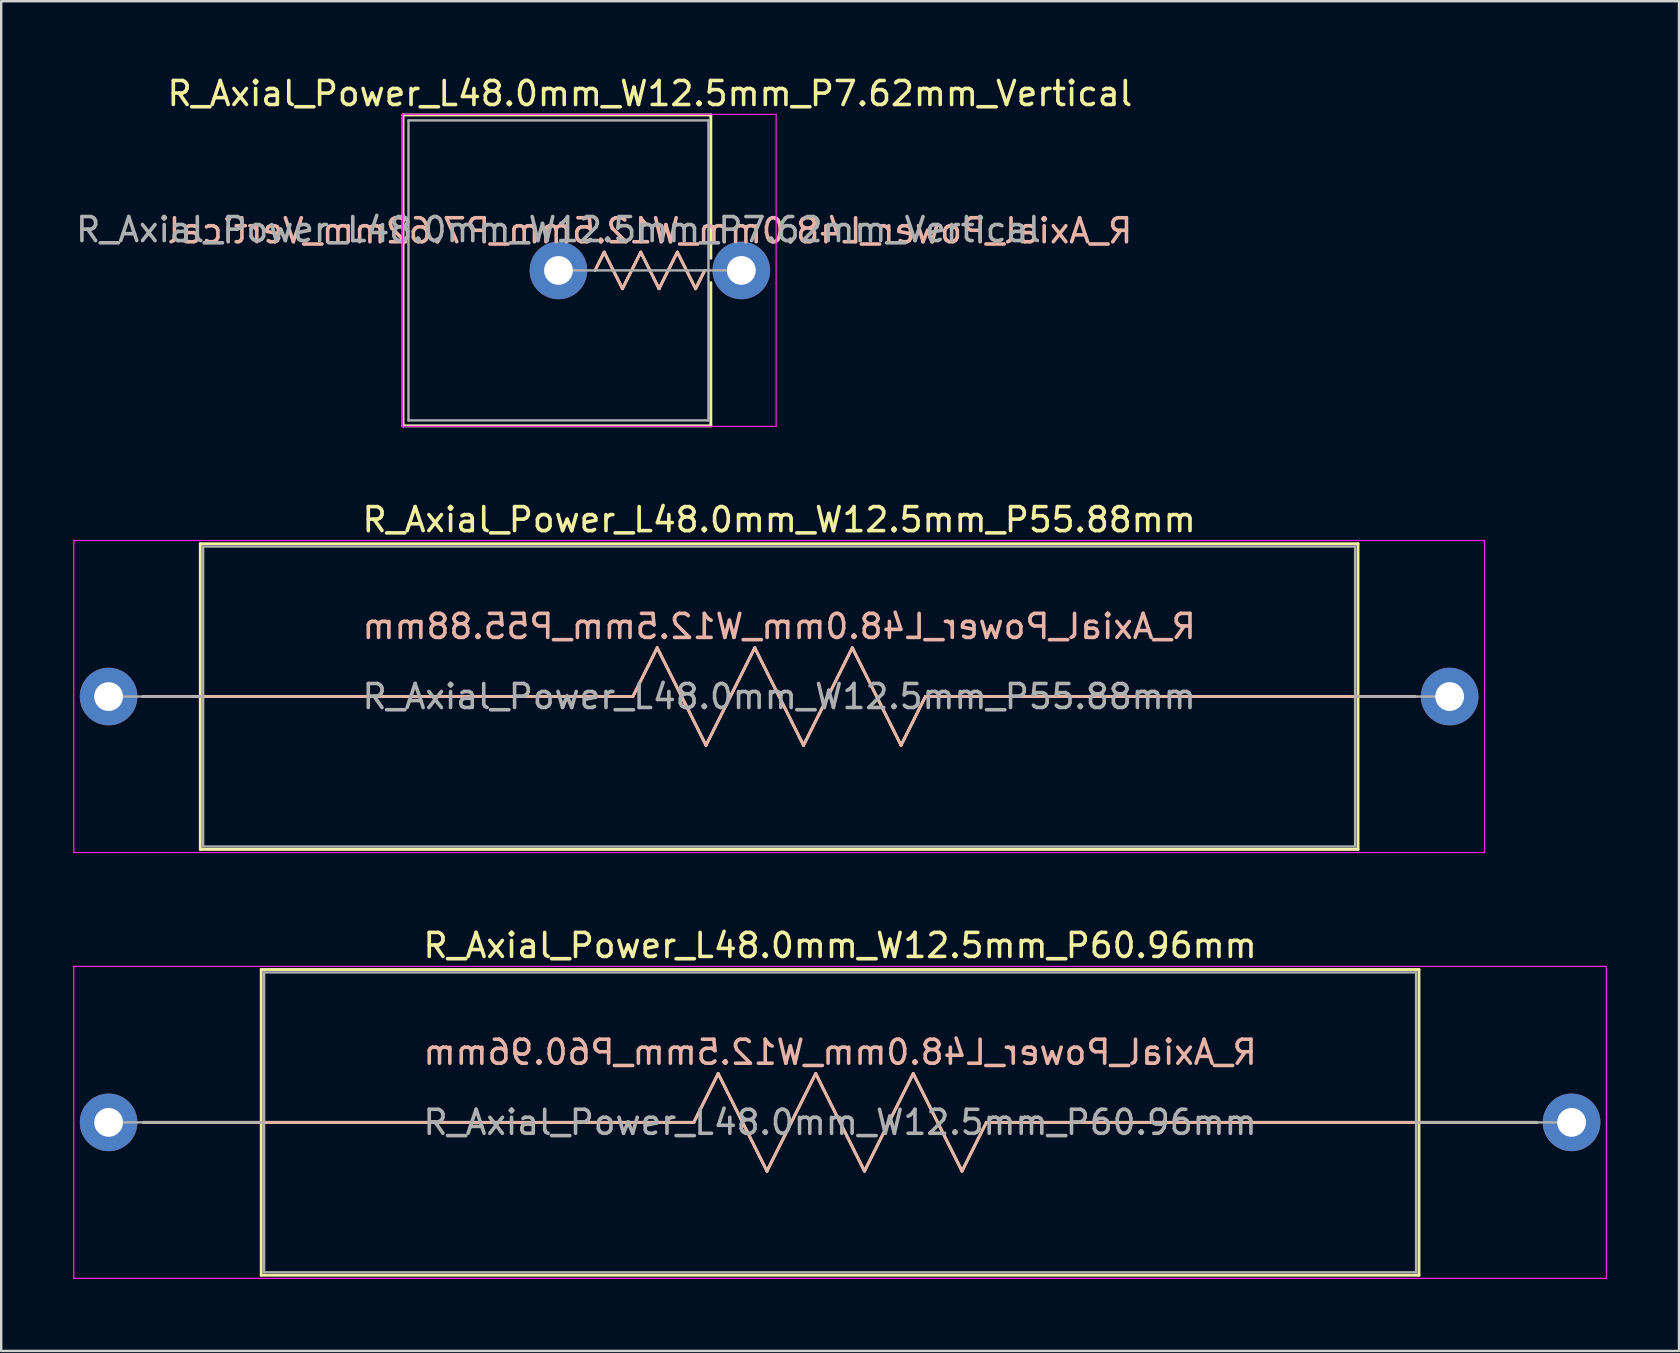
<source format=kicad_pcb>
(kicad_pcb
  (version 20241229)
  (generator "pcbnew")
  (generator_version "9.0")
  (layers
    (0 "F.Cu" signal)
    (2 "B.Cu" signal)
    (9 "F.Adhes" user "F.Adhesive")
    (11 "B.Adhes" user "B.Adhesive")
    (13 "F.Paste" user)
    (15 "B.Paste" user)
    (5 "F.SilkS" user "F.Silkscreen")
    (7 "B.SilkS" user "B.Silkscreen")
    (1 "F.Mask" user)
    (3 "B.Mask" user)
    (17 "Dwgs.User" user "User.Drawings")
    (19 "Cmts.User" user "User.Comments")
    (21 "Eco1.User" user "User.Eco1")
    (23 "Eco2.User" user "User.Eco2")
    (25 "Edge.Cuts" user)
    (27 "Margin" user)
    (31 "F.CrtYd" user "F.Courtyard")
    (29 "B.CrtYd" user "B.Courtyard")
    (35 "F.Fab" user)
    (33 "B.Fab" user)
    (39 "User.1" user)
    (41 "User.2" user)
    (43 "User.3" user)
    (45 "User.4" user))
  (footprint "R_Axial_Power_L48.0mm_W12.5mm_P55.88mm"
    (layer "F.Cu")
    (at 1.475 25.974)
    (property "Reference" "R_Axial_Power_L48.0mm_W12.5mm_P55.88mm" (at 27.94 -7.37 0) (layer "F.SilkS") (effects (font (size 1 1) (thickness 0.15))))
    (attr through_hole)
    (fp_line (start 1.44 0) (end 3.82 0) (stroke (width 0.12) (type solid)) (layer "F.SilkS"))
    (fp_line (start 3.82 -6.37) (end 3.82 6.37) (stroke (width 0.12) (type solid)) (layer "F.SilkS"))
    (fp_line (start 3.82 0) (end 21.844 0) (stroke (width 0.12) (type solid)) (layer "F.SilkS"))
    (fp_line (start 3.82 6.37) (end 52.06 6.37) (stroke (width 0.12) (type solid)) (layer "F.SilkS"))
    (fp_line (start 21.844 0) (end 22.86 -2.032) (stroke (width 0.12) (type solid)) (layer "F.SilkS"))
    (fp_line (start 22.86 -2.032) (end 24.892 2.032) (stroke (width 0.12) (type solid)) (layer "F.SilkS"))
    (fp_line (start 24.892 2.032) (end 26.924 -2.032) (stroke (width 0.12) (type solid)) (layer "F.SilkS"))
    (fp_line (start 26.924 -2.032) (end 28.956 2.032) (stroke (width 0.12) (type solid)) (layer "F.SilkS"))
    (fp_line (start 28.956 2.032) (end 30.988 -2.032) (stroke (width 0.12) (type solid)) (layer "F.SilkS"))
    (fp_line (start 30.988 -2.032) (end 33.02 2.032) (stroke (width 0.12) (type solid)) (layer "F.SilkS"))
    (fp_line (start 33.02 2.032) (end 34.036 0) (stroke (width 0.12) (type solid)) (layer "F.SilkS"))
    (fp_line (start 52.06 -6.37) (end 3.82 -6.37) (stroke (width 0.12) (type solid)) (layer "F.SilkS"))
    (fp_line (start 52.06 0) (end 34.036 0) (stroke (width 0.12) (type solid)) (layer "F.SilkS"))
    (fp_line (start 52.06 6.37) (end 52.06 -6.37) (stroke (width 0.12) (type solid)) (layer "F.SilkS"))
    (fp_line (start 54.44 0) (end 52.06 0) (stroke (width 0.12) (type solid)) (layer "F.SilkS"))
    (fp_line (start 1.46 0) (end 21.844 0) (stroke (width 0.12) (type solid)) (layer "B.SilkS"))
    (fp_line (start 21.844 0) (end 22.86 -2.032) (stroke (width 0.12) (type solid)) (layer "B.SilkS"))
    (fp_line (start 22.86 -2.032) (end 24.892 2.032) (stroke (width 0.12) (type solid)) (layer "B.SilkS"))
    (fp_line (start 24.892 2.032) (end 26.924 -2.032) (stroke (width 0.12) (type solid)) (layer "B.SilkS"))
    (fp_line (start 26.924 -2.032) (end 28.956 2.032) (stroke (width 0.12) (type solid)) (layer "B.SilkS"))
    (fp_line (start 28.956 2.032) (end 30.988 -2.032) (stroke (width 0.12) (type solid)) (layer "B.SilkS"))
    (fp_line (start 30.988 -2.032) (end 33.02 2.032) (stroke (width 0.12) (type solid)) (layer "B.SilkS"))
    (fp_line (start 33.02 2.032) (end 34.036 0) (stroke (width 0.12) (type solid)) (layer "B.SilkS"))
    (fp_line (start 34.036 0) (end 54.419 0) (stroke (width 0.12) (type solid)) (layer "B.SilkS"))
    (fp_line (start -1.45 -6.5) (end -1.45 6.5) (stroke (width 0.05) (type solid)) (layer "F.CrtYd"))
    (fp_line (start -1.45 6.5) (end 57.33 6.5) (stroke (width 0.05) (type solid)) (layer "F.CrtYd"))
    (fp_line (start 57.33 -6.5) (end -1.45 -6.5) (stroke (width 0.05) (type solid)) (layer "F.CrtYd"))
    (fp_line (start 57.33 6.5) (end 57.33 -6.5) (stroke (width 0.05) (type solid)) (layer "F.CrtYd"))
    (fp_line (start 0 0) (end 3.94 0) (stroke (width 0.1) (type solid)) (layer "F.Fab"))
    (fp_line (start 3.94 -6.25) (end 3.94 6.25) (stroke (width 0.1) (type solid)) (layer "F.Fab"))
    (fp_line (start 3.94 6.25) (end 51.94 6.25) (stroke (width 0.1) (type solid)) (layer "F.Fab"))
    (fp_line (start 51.94 -6.25) (end 3.94 -6.25) (stroke (width 0.1) (type solid)) (layer "F.Fab"))
    (fp_line (start 51.94 6.25) (end 51.94 -6.25) (stroke (width 0.1) (type solid)) (layer "F.Fab"))
    (fp_line (start 55.88 0) (end 51.94 0) (stroke (width 0.1) (type solid)) (layer "F.Fab"))
    (fp_text user "${REFERENCE}" (at 27.94 -2.921 0) (unlocked yes) (layer "B.SilkS") (effects (font (size 1 1) (thickness 0.15)) (justify mirror)))
    (fp_text user "${REFERENCE}" (at 27.94 0 0) (layer "F.Fab") (effects (font (size 1 1) (thickness 0.15))))
    (pad "1" thru_hole circle (at 0 0) (size 2.4 2.4) (drill 1.2) (layers "*.Cu" "*.Mask"))
    (pad "2" thru_hole oval (at 55.88 0) (size 2.4 2.4) (drill 1.2) (layers "*.Cu" "*.Mask")))
  (footprint "R_Axial_Power_L48.0mm_W12.5mm_P7.62mm_Vertical"
    (layer "F.Cu")
    (at 20.22 8.218)
    (property "Reference" "R_Axial_Power_L48.0mm_W12.5mm_P7.62mm_Vertical" (at 3.81 -7.37 0) (layer "F.SilkS") (effects (font (size 1 1) (thickness 0.15))))
    (attr through_hole)
    (fp_line (start -6.477 -6.477) (end -6.477 6.477) (stroke (width 0.12) (type solid)) (layer "F.SilkS"))
    (fp_line (start -6.477 6.477) (end 6.35 6.477) (stroke (width 0.12) (type solid)) (layer "F.SilkS"))
    (fp_line (start 1.524 0) (end 1.905 -0.762) (stroke (width 0.12) (type solid)) (layer "F.SilkS"))
    (fp_line (start 1.905 -0.762) (end 2.667 0.762) (stroke (width 0.12) (type solid)) (layer "F.SilkS"))
    (fp_line (start 2.667 0.762) (end 3.429 -0.762) (stroke (width 0.12) (type solid)) (layer "F.SilkS"))
    (fp_line (start 3.429 -0.762) (end 4.191 0.762) (stroke (width 0.12) (type solid)) (layer "F.SilkS"))
    (fp_line (start 4.191 0.762) (end 4.953 -0.762) (stroke (width 0.12) (type solid)) (layer "F.SilkS"))
    (fp_line (start 4.953 -0.762) (end 5.715 0.762) (stroke (width 0.12) (type solid)) (layer "F.SilkS"))
    (fp_line (start 5.715 0.762) (end 6.096 0) (stroke (width 0.12) (type solid)) (layer "F.SilkS"))
    (fp_line (start 6.35 -6.477) (end -6.477 -6.477) (stroke (width 0.12) (type solid)) (layer "F.SilkS"))
    (fp_line (start 6.35 -0.508) (end 6.35 -6.477) (stroke (width 0.12) (type solid)) (layer "F.SilkS"))
    (fp_line (start 6.35 6.477) (end 6.35 0.508) (stroke (width 0.12) (type solid)) (layer "F.SilkS"))
    (fp_line (start 1.524 0) (end 1.905 -0.762) (stroke (width 0.12) (type solid)) (layer "B.SilkS"))
    (fp_line (start 1.905 -0.762) (end 2.667 0.762) (stroke (width 0.12) (type solid)) (layer "B.SilkS"))
    (fp_line (start 2.667 0.762) (end 3.429 -0.762) (stroke (width 0.12) (type solid)) (layer "B.SilkS"))
    (fp_line (start 3.429 -0.762) (end 4.191 0.762) (stroke (width 0.12) (type solid)) (layer "B.SilkS"))
    (fp_line (start 4.191 0.762) (end 4.953 -0.762) (stroke (width 0.12) (type solid)) (layer "B.SilkS"))
    (fp_line (start 4.953 -0.762) (end 5.715 0.762) (stroke (width 0.12) (type solid)) (layer "B.SilkS"))
    (fp_line (start 5.715 0.762) (end 6.096 0) (stroke (width 0.12) (type solid)) (layer "B.SilkS"))
    (fp_line (start -6.5 -6.5) (end -6.5 6.5) (stroke (width 0.05) (type solid)) (layer "F.CrtYd"))
    (fp_line (start -6.5 6.5) (end 9.07 6.5) (stroke (width 0.05) (type solid)) (layer "F.CrtYd"))
    (fp_line (start 9.07 -6.5) (end -6.5 -6.5) (stroke (width 0.05) (type solid)) (layer "F.CrtYd"))
    (fp_line (start 9.07 6.5) (end 9.07 -6.5) (stroke (width 0.05) (type solid)) (layer "F.CrtYd"))
    (fp_line (start -6.25 -6.25) (end -6.25 6.25) (stroke (width 0.1) (type solid)) (layer "F.Fab"))
    (fp_line (start -6.25 6.25) (end 6.25 6.25) (stroke (width 0.1) (type solid)) (layer "F.Fab"))
    (fp_line (start 0 0) (end 7.62 0) (stroke (width 0.1) (type solid)) (layer "F.Fab"))
    (fp_line (start 6.25 -6.25) (end -6.25 -6.25) (stroke (width 0.1) (type solid)) (layer "F.Fab"))
    (fp_line (start 6.25 6.25) (end 6.25 -6.25) (stroke (width 0.1) (type solid)) (layer "F.Fab"))
    (fp_text user "${REFERENCE}" (at 3.81 -1.651 0) (unlocked yes) (layer "B.SilkS") (effects (font (size 1 1) (thickness 0.15)) (justify mirror)))
    (fp_text user "${REFERENCE}" (at 0 -1.7 0) (layer "F.Fab") (effects (font (size 1 1) (thickness 0.15))))
    (pad "1" thru_hole circle (at 0 0) (size 2.4 2.4) (drill 1.2) (layers "*.Cu" "*.Mask"))
    (pad "2" thru_hole oval (at 7.62 0) (size 2.4 2.4) (drill 1.2) (layers "*.Cu" "*.Mask")))
  (footprint "R_Axial_Power_L48.0mm_W12.5mm_P60.96mm"
    (layer "F.Cu")
    (at 1.475 43.717)
    (property "Reference" "R_Axial_Power_L48.0mm_W12.5mm_P60.96mm" (at 30.48 -7.37 0) (layer "F.SilkS") (effects (font (size 1 1) (thickness 0.15))))
    (attr through_hole)
    (fp_line (start 1.44 0) (end 6.36 0) (stroke (width 0.12) (type solid)) (layer "F.SilkS"))
    (fp_line (start 6.36 -6.37) (end 6.36 6.37) (stroke (width 0.12) (type solid)) (layer "F.SilkS"))
    (fp_line (start 6.36 0) (end 24.384 0) (stroke (width 0.12) (type solid)) (layer "F.SilkS"))
    (fp_line (start 6.36 6.37) (end 54.6 6.37) (stroke (width 0.12) (type solid)) (layer "F.SilkS"))
    (fp_line (start 24.384 0) (end 25.4 -2.032) (stroke (width 0.12) (type solid)) (layer "F.SilkS"))
    (fp_line (start 25.4 -2.032) (end 27.432 2.032) (stroke (width 0.12) (type solid)) (layer "F.SilkS"))
    (fp_line (start 27.432 2.032) (end 29.464 -2.032) (stroke (width 0.12) (type solid)) (layer "F.SilkS"))
    (fp_line (start 29.464 -2.032) (end 31.496 2.032) (stroke (width 0.12) (type solid)) (layer "F.SilkS"))
    (fp_line (start 31.496 2.032) (end 33.528 -2.032) (stroke (width 0.12) (type solid)) (layer "F.SilkS"))
    (fp_line (start 33.528 -2.032) (end 35.56 2.032) (stroke (width 0.12) (type solid)) (layer "F.SilkS"))
    (fp_line (start 35.56 2.032) (end 36.576 0) (stroke (width 0.12) (type solid)) (layer "F.SilkS"))
    (fp_line (start 54.6 -6.37) (end 6.36 -6.37) (stroke (width 0.12) (type solid)) (layer "F.SilkS"))
    (fp_line (start 54.6 0) (end 36.576 0) (stroke (width 0.12) (type solid)) (layer "F.SilkS"))
    (fp_line (start 54.6 6.37) (end 54.6 -6.37) (stroke (width 0.12) (type solid)) (layer "F.SilkS"))
    (fp_line (start 59.52 0) (end 54.6 0) (stroke (width 0.12) (type solid)) (layer "F.SilkS"))
    (fp_line (start 1.46 0) (end 24.384 0) (stroke (width 0.12) (type solid)) (layer "B.SilkS"))
    (fp_line (start 24.384 0) (end 25.4 -2.032) (stroke (width 0.12) (type solid)) (layer "B.SilkS"))
    (fp_line (start 25.4 -2.032) (end 27.432 2.032) (stroke (width 0.12) (type solid)) (layer "B.SilkS"))
    (fp_line (start 27.432 2.032) (end 29.464 -2.032) (stroke (width 0.12) (type solid)) (layer "B.SilkS"))
    (fp_line (start 29.464 -2.032) (end 31.496 2.032) (stroke (width 0.12) (type solid)) (layer "B.SilkS"))
    (fp_line (start 31.496 2.032) (end 33.528 -2.032) (stroke (width 0.12) (type solid)) (layer "B.SilkS"))
    (fp_line (start 33.528 -2.032) (end 35.56 2.032) (stroke (width 0.12) (type solid)) (layer "B.SilkS"))
    (fp_line (start 35.56 2.032) (end 36.576 0) (stroke (width 0.12) (type solid)) (layer "B.SilkS"))
    (fp_line (start 36.576 0) (end 59.499 0) (stroke (width 0.12) (type solid)) (layer "B.SilkS"))
    (fp_line (start -1.45 -6.5) (end -1.45 6.5) (stroke (width 0.05) (type solid)) (layer "F.CrtYd"))
    (fp_line (start -1.45 6.5) (end 62.41 6.5) (stroke (width 0.05) (type solid)) (layer "F.CrtYd"))
    (fp_line (start 62.41 -6.5) (end -1.45 -6.5) (stroke (width 0.05) (type solid)) (layer "F.CrtYd"))
    (fp_line (start 62.41 6.5) (end 62.41 -6.5) (stroke (width 0.05) (type solid)) (layer "F.CrtYd"))
    (fp_line (start 0 0) (end 6.48 0) (stroke (width 0.1) (type solid)) (layer "F.Fab"))
    (fp_line (start 6.48 -6.25) (end 6.48 6.25) (stroke (width 0.1) (type solid)) (layer "F.Fab"))
    (fp_line (start 6.48 6.25) (end 54.48 6.25) (stroke (width 0.1) (type solid)) (layer "F.Fab"))
    (fp_line (start 54.48 -6.25) (end 6.48 -6.25) (stroke (width 0.1) (type solid)) (layer "F.Fab"))
    (fp_line (start 54.48 6.25) (end 54.48 -6.25) (stroke (width 0.1) (type solid)) (layer "F.Fab"))
    (fp_line (start 60.96 0) (end 54.48 0) (stroke (width 0.1) (type solid)) (layer "F.Fab"))
    (fp_text user "${REFERENCE}" (at 30.48 -2.921 0) (unlocked yes) (layer "B.SilkS") (effects (font (size 1 1) (thickness 0.15)) (justify mirror)))
    (fp_text user "${REFERENCE}" (at 30.48 0 0) (layer "F.Fab") (effects (font (size 1 1) (thickness 0.15))))
    (pad "1" thru_hole circle (at 0 0) (size 2.4 2.4) (drill 1.2) (layers "*.Cu" "*.Mask"))
    (pad "2" thru_hole oval (at 60.96 0) (size 2.4 2.4) (drill 1.2) (layers "*.Cu" "*.Mask")))
  (gr_rect
    (start -3 -3)
    (end 66.91 53.242)
    (stroke (width 0.1) (type default))
    (fill no)
    (layer "Edge.Cuts")))
</source>
